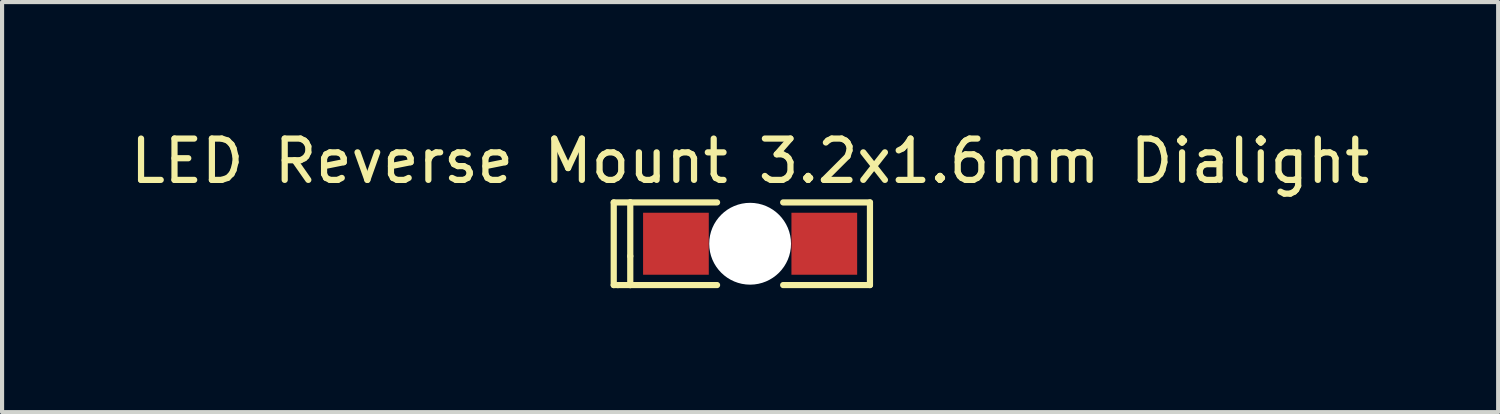
<source format=kicad_pcb>
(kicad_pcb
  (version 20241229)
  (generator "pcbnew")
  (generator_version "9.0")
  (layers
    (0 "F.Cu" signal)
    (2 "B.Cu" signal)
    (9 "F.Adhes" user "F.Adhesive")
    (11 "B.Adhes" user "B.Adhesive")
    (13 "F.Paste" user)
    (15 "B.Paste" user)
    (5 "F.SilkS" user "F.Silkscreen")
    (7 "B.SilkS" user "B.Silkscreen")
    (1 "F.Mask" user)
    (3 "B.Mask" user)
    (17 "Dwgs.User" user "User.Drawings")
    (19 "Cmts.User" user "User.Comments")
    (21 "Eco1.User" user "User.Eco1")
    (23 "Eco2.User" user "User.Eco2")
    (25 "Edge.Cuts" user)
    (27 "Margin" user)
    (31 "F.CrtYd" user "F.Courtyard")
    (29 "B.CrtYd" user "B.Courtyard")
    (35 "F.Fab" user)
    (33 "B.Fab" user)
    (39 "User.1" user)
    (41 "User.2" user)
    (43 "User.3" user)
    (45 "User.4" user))
  (footprint "LED Reverse Mount 3.2x1.6mm Dialight"
    (layer "F.Cu")
    (at 15.101 2.848)
    (property "Reference" "LED Reverse Mount 3.2x1.6mm Dialight" (at 0 -2 0) (layer "F.SilkS") (effects (font (size 1 1) (thickness 0.15))))
    (attr through_hole)
    (fp_line (start -3.3 -1) (end -2.9 -1) (stroke (width 0.15) (type solid)) (layer "F.SilkS"))
    (fp_line (start -3.3 1) (end -3.3 -1) (stroke (width 0.15) (type solid)) (layer "F.SilkS"))
    (fp_line (start -3.2 1) (end -3.3 1) (stroke (width 0.15) (type solid)) (layer "F.SilkS"))
    (fp_line (start -2.9 -1) (end -2.9 0.3) (stroke (width 0.15) (type solid)) (layer "F.SilkS"))
    (fp_line (start -2.9 -1) (end -0.8 -1) (stroke (width 0.15) (type solid)) (layer "F.SilkS"))
    (fp_line (start -2.9 0.3) (end -2.9 1) (stroke (width 0.15) (type solid)) (layer "F.SilkS"))
    (fp_line (start -2.9 1) (end -3.2 1) (stroke (width 0.15) (type solid)) (layer "F.SilkS"))
    (fp_line (start -2.9 1) (end -0.8 1) (stroke (width 0.15) (type solid)) (layer "F.SilkS"))
    (fp_line (start 2.9 -1) (end 0.8 -1) (stroke (width 0.15) (type solid)) (layer "F.SilkS"))
    (fp_line (start 2.9 -1) (end 2.9 1) (stroke (width 0.15) (type solid)) (layer "F.SilkS"))
    (fp_line (start 2.9 1) (end 0.8 1) (stroke (width 0.15) (type solid)) (layer "F.SilkS"))
    (pad "" np_thru_hole circle (at 0 0) (size 1.98 1.98) (drill 1.98) (layers "*.Cu" "*.Mask"))
    (pad "1" connect rect (at -1.795 0) (size 1.59 1.5) (layers "F.Cu" "F.Mask"))
    (pad "2" connect rect (at 1.795 0) (size 1.59 1.5) (layers "F.Cu" "F.Mask")))
  (gr_rect
    (start -3 -3)
    (end 33.202 6.923)
    (stroke (width 0.1) (type default))
    (fill no)
    (layer "Edge.Cuts")))
</source>
